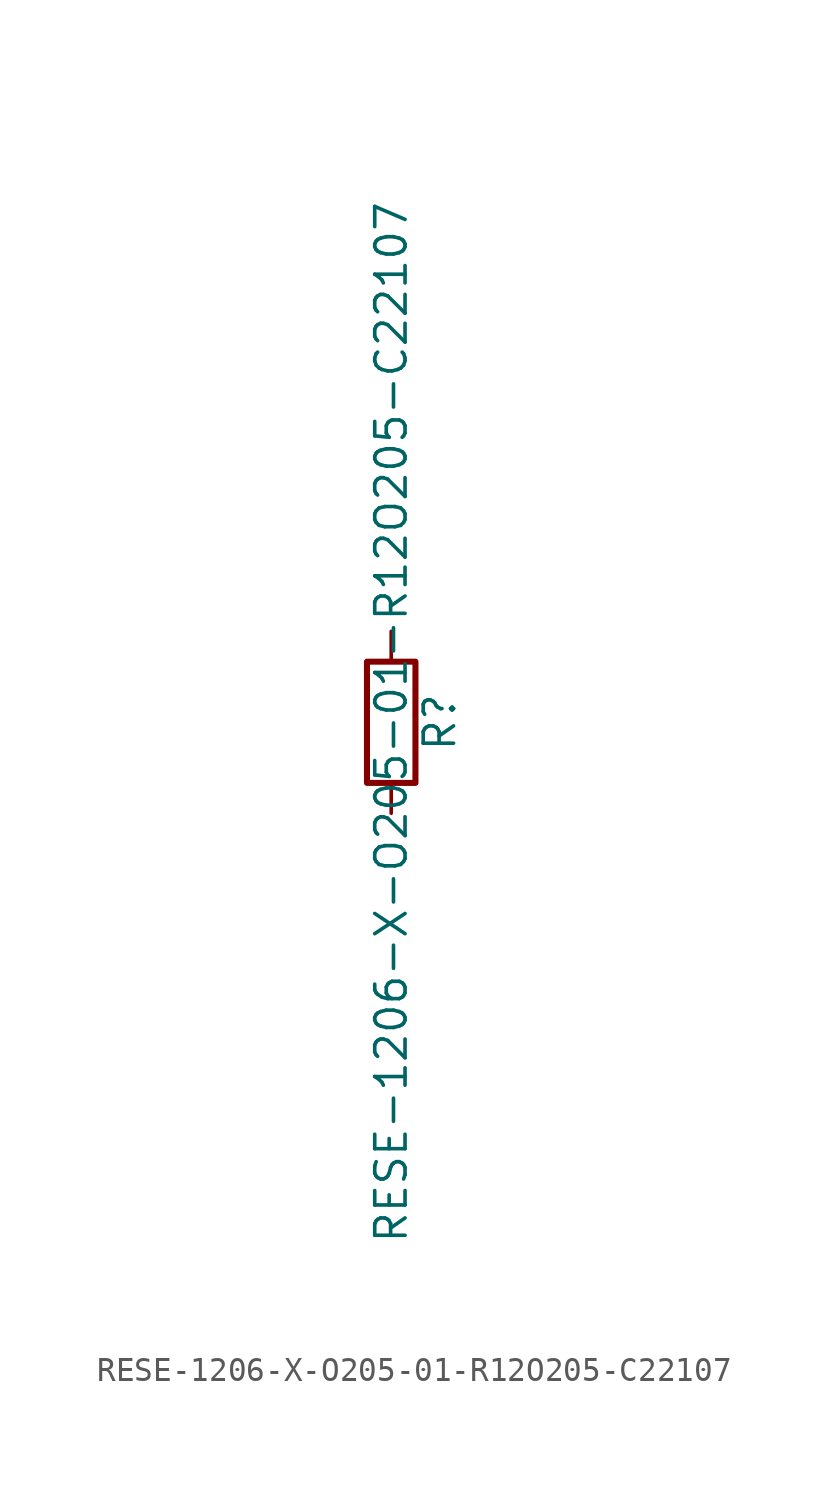
<source format=kicad_sym>
(kicad_symbol_lib
  (version 20211014)
  (generator kicad_symbol_editor)
  (symbol "RESE-1206-X-O205-01-R12O205-C22107"
    (pin_numbers hide)
    (pin_names
      (offset 0))
    (property "Reference" "R"
      (at 2.032 0 90)
      (effects (font (size 1.27 1.27))))
    (property "Value" "RESE-1206-X-O205-01-R12O205-C22107"
      (at 0 0 90)
      (effects (font (size 1.27 1.27))))
    (symbol "RESE-1206-X-O205-01-R12O205-C22107_0_1"
      (rectangle (start -1.016 -2.54) (end 1.016 2.54) (stroke (width 0.254) (type default) (color 0 0 0 0)) (fill (type none))))
    (symbol "RESE-1206-X-O205-01-R12O205-C22107_1_1"
      (pin passive line (at 0 3.81 270) (length 1.27) (name "~" (effects (font (size 1.27 1.27)))) (number "1" (effects (font (size 1.27 1.27)))))
      (pin passive line (at 0 -3.81 90) (length 1.27) (name "~" (effects (font (size 1.27 1.27)))) (number "2" (effects (font (size 1.27 1.27))))))))
</source>
